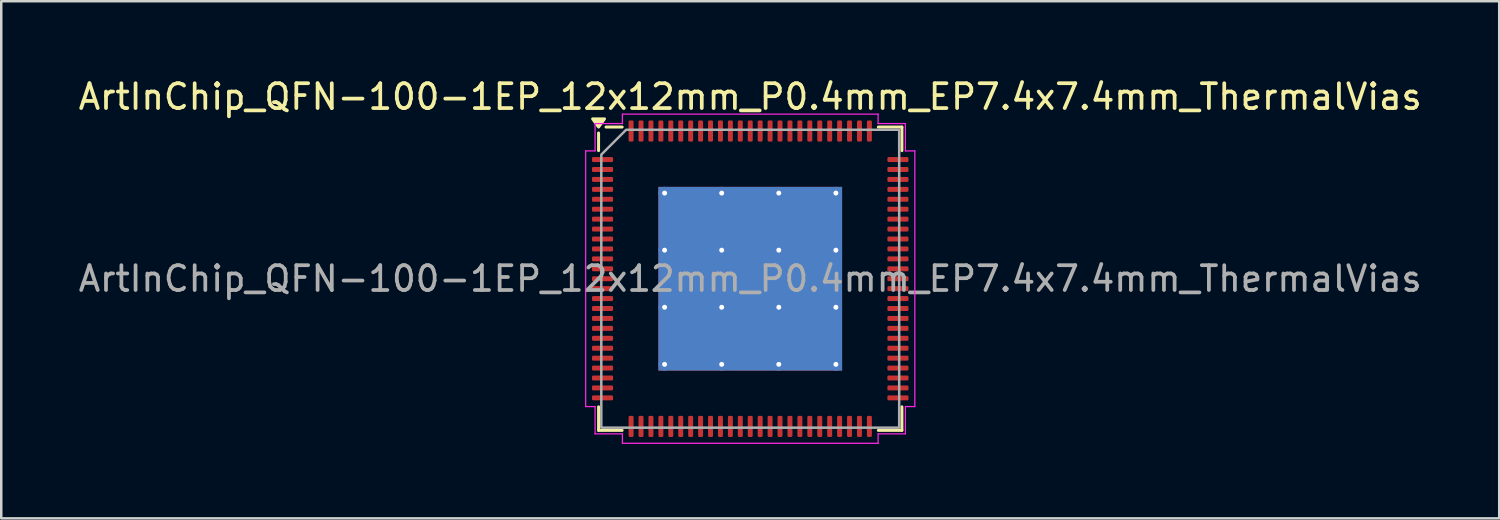
<source format=kicad_pcb>
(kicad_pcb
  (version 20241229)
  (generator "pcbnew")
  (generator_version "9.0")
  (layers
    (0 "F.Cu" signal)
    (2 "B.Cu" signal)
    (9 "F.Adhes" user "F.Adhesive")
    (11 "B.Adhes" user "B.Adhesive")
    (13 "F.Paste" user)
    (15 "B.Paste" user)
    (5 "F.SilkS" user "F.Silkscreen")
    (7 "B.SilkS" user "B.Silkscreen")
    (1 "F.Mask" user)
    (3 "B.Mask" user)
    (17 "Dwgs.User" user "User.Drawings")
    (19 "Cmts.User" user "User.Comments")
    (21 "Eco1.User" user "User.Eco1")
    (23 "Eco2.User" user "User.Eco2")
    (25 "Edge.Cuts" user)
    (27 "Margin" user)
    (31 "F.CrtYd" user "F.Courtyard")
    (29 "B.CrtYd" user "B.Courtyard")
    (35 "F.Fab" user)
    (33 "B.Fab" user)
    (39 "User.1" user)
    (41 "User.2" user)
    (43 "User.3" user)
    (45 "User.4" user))
  (footprint "ArtInChip_QFN-100-1EP_12x12mm_P0.4mm_EP7.4x7.4mm_ThermalVias"
    (layer "F.Cu")
    (at 27.173 8.178)
    (property "Reference" "ArtInChip_QFN-100-1EP_12x12mm_P0.4mm_EP7.4x7.4mm_ThermalVias" (at 0 -7.33 0) (layer "F.SilkS") (effects (font (size 1 1) (thickness 0.15))))
    (attr smd)
    (fp_line (start -6.11 -5.16) (end -6.11 -5.87) (stroke (width 0.12) (type solid)) (layer "F.SilkS"))
    (fp_line (start -6.11 6.11) (end -6.11 5.16) (stroke (width 0.12) (type solid)) (layer "F.SilkS"))
    (fp_line (start -5.16 -6.11) (end -5.81 -6.11) (stroke (width 0.12) (type solid)) (layer "F.SilkS"))
    (fp_line (start -5.16 6.11) (end -6.11 6.11) (stroke (width 0.12) (type solid)) (layer "F.SilkS"))
    (fp_line (start 5.16 -6.11) (end 6.11 -6.11) (stroke (width 0.12) (type solid)) (layer "F.SilkS"))
    (fp_line (start 5.16 6.11) (end 6.11 6.11) (stroke (width 0.12) (type solid)) (layer "F.SilkS"))
    (fp_line (start 6.11 -6.11) (end 6.11 -5.16) (stroke (width 0.12) (type solid)) (layer "F.SilkS"))
    (fp_line (start 6.11 6.11) (end 6.11 5.16) (stroke (width 0.12) (type solid)) (layer "F.SilkS"))
    (fp_poly (pts (xy -6.11 -6.11) (xy -6.35 -6.44) (xy -5.87 -6.44)) (stroke (width 0.12) (type solid)) (fill yes) (layer "F.SilkS"))
    (fp_line (start -6.63 -5.15) (end -6.25 -5.15) (stroke (width 0.05) (type solid)) (layer "F.CrtYd"))
    (fp_line (start -6.63 5.15) (end -6.63 -5.15) (stroke (width 0.05) (type solid)) (layer "F.CrtYd"))
    (fp_line (start -6.25 -6.25) (end -5.15 -6.25) (stroke (width 0.05) (type solid)) (layer "F.CrtYd"))
    (fp_line (start -6.25 -5.15) (end -6.25 -6.25) (stroke (width 0.05) (type solid)) (layer "F.CrtYd"))
    (fp_line (start -6.25 5.15) (end -6.63 5.15) (stroke (width 0.05) (type solid)) (layer "F.CrtYd"))
    (fp_line (start -6.25 6.25) (end -6.25 5.15) (stroke (width 0.05) (type solid)) (layer "F.CrtYd"))
    (fp_line (start -5.15 -6.63) (end 5.15 -6.63) (stroke (width 0.05) (type solid)) (layer "F.CrtYd"))
    (fp_line (start -5.15 -6.25) (end -5.15 -6.63) (stroke (width 0.05) (type solid)) (layer "F.CrtYd"))
    (fp_line (start -5.15 6.25) (end -6.25 6.25) (stroke (width 0.05) (type solid)) (layer "F.CrtYd"))
    (fp_line (start -5.15 6.63) (end -5.15 6.25) (stroke (width 0.05) (type solid)) (layer "F.CrtYd"))
    (fp_line (start 5.15 -6.63) (end 5.15 -6.25) (stroke (width 0.05) (type solid)) (layer "F.CrtYd"))
    (fp_line (start 5.15 -6.25) (end 6.25 -6.25) (stroke (width 0.05) (type solid)) (layer "F.CrtYd"))
    (fp_line (start 5.15 6.25) (end 5.15 6.63) (stroke (width 0.05) (type solid)) (layer "F.CrtYd"))
    (fp_line (start 5.15 6.63) (end -5.15 6.63) (stroke (width 0.05) (type solid)) (layer "F.CrtYd"))
    (fp_line (start 6.25 -6.25) (end 6.25 -5.15) (stroke (width 0.05) (type solid)) (layer "F.CrtYd"))
    (fp_line (start 6.25 -5.15) (end 6.63 -5.15) (stroke (width 0.05) (type solid)) (layer "F.CrtYd"))
    (fp_line (start 6.25 5.15) (end 6.25 6.25) (stroke (width 0.05) (type solid)) (layer "F.CrtYd"))
    (fp_line (start 6.25 6.25) (end 5.15 6.25) (stroke (width 0.05) (type solid)) (layer "F.CrtYd"))
    (fp_line (start 6.63 -5.15) (end 6.63 5.15) (stroke (width 0.05) (type solid)) (layer "F.CrtYd"))
    (fp_line (start 6.63 5.15) (end 6.25 5.15) (stroke (width 0.05) (type solid)) (layer "F.CrtYd"))
    (fp_poly (pts (xy -6 -5) (xy -6 6) (xy 6 6) (xy 6 -6) (xy -5 -6)) (stroke (width 0.1) (type solid)) (fill no) (layer "F.Fab"))
    (fp_text user "${REFERENCE}" (at 0 0 0) (layer "F.Fab") (effects (font (size 1 1) (thickness 0.15))))
    (pad "" smd roundrect (at -2.47 -2.47) (size 1.91 1.91) (layers "F.Paste") (roundrect_rratio 0.131))
    (pad "" smd roundrect (at -2.47 0) (size 1.91 1.91) (layers "F.Paste") (roundrect_rratio 0.131))
    (pad "" smd roundrect (at -2.47 2.47) (size 1.91 1.91) (layers "F.Paste") (roundrect_rratio 0.131))
    (pad "" smd roundrect (at 0 -2.47) (size 1.91 1.91) (layers "F.Paste") (roundrect_rratio 0.131))
    (pad "" smd roundrect (at 0 0) (size 1.91 1.91) (layers "F.Paste") (roundrect_rratio 0.131))
    (pad "" smd roundrect (at 0 2.47) (size 1.91 1.91) (layers "F.Paste") (roundrect_rratio 0.131))
    (pad "" smd roundrect (at 2.47 -2.47) (size 1.91 1.91) (layers "F.Paste") (roundrect_rratio 0.131))
    (pad "" smd roundrect (at 2.47 0) (size 1.91 1.91) (layers "F.Paste") (roundrect_rratio 0.131))
    (pad "" smd roundrect (at 2.47 2.47) (size 1.91 1.91) (layers "F.Paste") (roundrect_rratio 0.131))
    (pad "1" smd roundrect (at -5.95 -4.8) (size 0.85 0.2) (layers "F.Cu" "F.Mask" "F.Paste") (roundrect_rratio 0.25))
    (pad "2" smd roundrect (at -5.95 -4.4) (size 0.85 0.2) (layers "F.Cu" "F.Mask" "F.Paste") (roundrect_rratio 0.25))
    (pad "3" smd roundrect (at -5.95 -4) (size 0.85 0.2) (layers "F.Cu" "F.Mask" "F.Paste") (roundrect_rratio 0.25))
    (pad "4" smd roundrect (at -5.95 -3.6) (size 0.85 0.2) (layers "F.Cu" "F.Mask" "F.Paste") (roundrect_rratio 0.25))
    (pad "5" smd roundrect (at -5.95 -3.2) (size 0.85 0.2) (layers "F.Cu" "F.Mask" "F.Paste") (roundrect_rratio 0.25))
    (pad "6" smd roundrect (at -5.95 -2.8) (size 0.85 0.2) (layers "F.Cu" "F.Mask" "F.Paste") (roundrect_rratio 0.25))
    (pad "7" smd roundrect (at -5.95 -2.4) (size 0.85 0.2) (layers "F.Cu" "F.Mask" "F.Paste") (roundrect_rratio 0.25))
    (pad "8" smd roundrect (at -5.95 -2) (size 0.85 0.2) (layers "F.Cu" "F.Mask" "F.Paste") (roundrect_rratio 0.25))
    (pad "9" smd roundrect (at -5.95 -1.6) (size 0.85 0.2) (layers "F.Cu" "F.Mask" "F.Paste") (roundrect_rratio 0.25))
    (pad "10" smd roundrect (at -5.95 -1.2) (size 0.85 0.2) (layers "F.Cu" "F.Mask" "F.Paste") (roundrect_rratio 0.25))
    (pad "11" smd roundrect (at -5.95 -0.8) (size 0.85 0.2) (layers "F.Cu" "F.Mask" "F.Paste") (roundrect_rratio 0.25))
    (pad "12" smd roundrect (at -5.95 -0.4) (size 0.85 0.2) (layers "F.Cu" "F.Mask" "F.Paste") (roundrect_rratio 0.25))
    (pad "13" smd roundrect (at -5.95 0) (size 0.85 0.2) (layers "F.Cu" "F.Mask" "F.Paste") (roundrect_rratio 0.25))
    (pad "14" smd roundrect (at -5.95 0.4) (size 0.85 0.2) (layers "F.Cu" "F.Mask" "F.Paste") (roundrect_rratio 0.25))
    (pad "15" smd roundrect (at -5.95 0.8) (size 0.85 0.2) (layers "F.Cu" "F.Mask" "F.Paste") (roundrect_rratio 0.25))
    (pad "16" smd roundrect (at -5.95 1.2) (size 0.85 0.2) (layers "F.Cu" "F.Mask" "F.Paste") (roundrect_rratio 0.25))
    (pad "17" smd roundrect (at -5.95 1.6) (size 0.85 0.2) (layers "F.Cu" "F.Mask" "F.Paste") (roundrect_rratio 0.25))
    (pad "18" smd roundrect (at -5.95 2) (size 0.85 0.2) (layers "F.Cu" "F.Mask" "F.Paste") (roundrect_rratio 0.25))
    (pad "19" smd roundrect (at -5.95 2.4) (size 0.85 0.2) (layers "F.Cu" "F.Mask" "F.Paste") (roundrect_rratio 0.25))
    (pad "20" smd roundrect (at -5.95 2.8) (size 0.85 0.2) (layers "F.Cu" "F.Mask" "F.Paste") (roundrect_rratio 0.25))
    (pad "21" smd roundrect (at -5.95 3.2) (size 0.85 0.2) (layers "F.Cu" "F.Mask" "F.Paste") (roundrect_rratio 0.25))
    (pad "22" smd roundrect (at -5.95 3.6) (size 0.85 0.2) (layers "F.Cu" "F.Mask" "F.Paste") (roundrect_rratio 0.25))
    (pad "23" smd roundrect (at -5.95 4) (size 0.85 0.2) (layers "F.Cu" "F.Mask" "F.Paste") (roundrect_rratio 0.25))
    (pad "24" smd roundrect (at -5.95 4.4) (size 0.85 0.2) (layers "F.Cu" "F.Mask" "F.Paste") (roundrect_rratio 0.25))
    (pad "25" smd roundrect (at -5.95 4.8) (size 0.85 0.2) (layers "F.Cu" "F.Mask" "F.Paste") (roundrect_rratio 0.25))
    (pad "26" smd roundrect (at -4.8 5.95) (size 0.2 0.85) (layers "F.Cu" "F.Mask" "F.Paste") (roundrect_rratio 0.25))
    (pad "27" smd roundrect (at -4.4 5.95) (size 0.2 0.85) (layers "F.Cu" "F.Mask" "F.Paste") (roundrect_rratio 0.25))
    (pad "28" smd roundrect (at -4 5.95) (size 0.2 0.85) (layers "F.Cu" "F.Mask" "F.Paste") (roundrect_rratio 0.25))
    (pad "29" smd roundrect (at -3.6 5.95) (size 0.2 0.85) (layers "F.Cu" "F.Mask" "F.Paste") (roundrect_rratio 0.25))
    (pad "30" smd roundrect (at -3.2 5.95) (size 0.2 0.85) (layers "F.Cu" "F.Mask" "F.Paste") (roundrect_rratio 0.25))
    (pad "31" smd roundrect (at -2.8 5.95) (size 0.2 0.85) (layers "F.Cu" "F.Mask" "F.Paste") (roundrect_rratio 0.25))
    (pad "32" smd roundrect (at -2.4 5.95) (size 0.2 0.85) (layers "F.Cu" "F.Mask" "F.Paste") (roundrect_rratio 0.25))
    (pad "33" smd roundrect (at -2 5.95) (size 0.2 0.85) (layers "F.Cu" "F.Mask" "F.Paste") (roundrect_rratio 0.25))
    (pad "34" smd roundrect (at -1.6 5.95) (size 0.2 0.85) (layers "F.Cu" "F.Mask" "F.Paste") (roundrect_rratio 0.25))
    (pad "35" smd roundrect (at -1.2 5.95) (size 0.2 0.85) (layers "F.Cu" "F.Mask" "F.Paste") (roundrect_rratio 0.25))
    (pad "36" smd roundrect (at -0.8 5.95) (size 0.2 0.85) (layers "F.Cu" "F.Mask" "F.Paste") (roundrect_rratio 0.25))
    (pad "37" smd roundrect (at -0.4 5.95) (size 0.2 0.85) (layers "F.Cu" "F.Mask" "F.Paste") (roundrect_rratio 0.25))
    (pad "38" smd roundrect (at 0 5.95) (size 0.2 0.85) (layers "F.Cu" "F.Mask" "F.Paste") (roundrect_rratio 0.25))
    (pad "39" smd roundrect (at 0.4 5.95) (size 0.2 0.85) (layers "F.Cu" "F.Mask" "F.Paste") (roundrect_rratio 0.25))
    (pad "40" smd roundrect (at 0.8 5.95) (size 0.2 0.85) (layers "F.Cu" "F.Mask" "F.Paste") (roundrect_rratio 0.25))
    (pad "41" smd roundrect (at 1.2 5.95) (size 0.2 0.85) (layers "F.Cu" "F.Mask" "F.Paste") (roundrect_rratio 0.25))
    (pad "42" smd roundrect (at 1.6 5.95) (size 0.2 0.85) (layers "F.Cu" "F.Mask" "F.Paste") (roundrect_rratio 0.25))
    (pad "43" smd roundrect (at 2 5.95) (size 0.2 0.85) (layers "F.Cu" "F.Mask" "F.Paste") (roundrect_rratio 0.25))
    (pad "44" smd roundrect (at 2.4 5.95) (size 0.2 0.85) (layers "F.Cu" "F.Mask" "F.Paste") (roundrect_rratio 0.25))
    (pad "45" smd roundrect (at 2.8 5.95) (size 0.2 0.85) (layers "F.Cu" "F.Mask" "F.Paste") (roundrect_rratio 0.25))
    (pad "46" smd roundrect (at 3.2 5.95) (size 0.2 0.85) (layers "F.Cu" "F.Mask" "F.Paste") (roundrect_rratio 0.25))
    (pad "47" smd roundrect (at 3.6 5.95) (size 0.2 0.85) (layers "F.Cu" "F.Mask" "F.Paste") (roundrect_rratio 0.25))
    (pad "48" smd roundrect (at 4 5.95) (size 0.2 0.85) (layers "F.Cu" "F.Mask" "F.Paste") (roundrect_rratio 0.25))
    (pad "49" smd roundrect (at 4.4 5.95) (size 0.2 0.85) (layers "F.Cu" "F.Mask" "F.Paste") (roundrect_rratio 0.25))
    (pad "50" smd roundrect (at 4.8 5.95) (size 0.2 0.85) (layers "F.Cu" "F.Mask" "F.Paste") (roundrect_rratio 0.25))
    (pad "51" smd roundrect (at 5.95 4.8) (size 0.85 0.2) (layers "F.Cu" "F.Mask" "F.Paste") (roundrect_rratio 0.25))
    (pad "52" smd roundrect (at 5.95 4.4) (size 0.85 0.2) (layers "F.Cu" "F.Mask" "F.Paste") (roundrect_rratio 0.25))
    (pad "53" smd roundrect (at 5.95 4) (size 0.85 0.2) (layers "F.Cu" "F.Mask" "F.Paste") (roundrect_rratio 0.25))
    (pad "54" smd roundrect (at 5.95 3.6) (size 0.85 0.2) (layers "F.Cu" "F.Mask" "F.Paste") (roundrect_rratio 0.25))
    (pad "55" smd roundrect (at 5.95 3.2) (size 0.85 0.2) (layers "F.Cu" "F.Mask" "F.Paste") (roundrect_rratio 0.25))
    (pad "56" smd roundrect (at 5.95 2.8) (size 0.85 0.2) (layers "F.Cu" "F.Mask" "F.Paste") (roundrect_rratio 0.25))
    (pad "57" smd roundrect (at 5.95 2.4) (size 0.85 0.2) (layers "F.Cu" "F.Mask" "F.Paste") (roundrect_rratio 0.25))
    (pad "58" smd roundrect (at 5.95 2) (size 0.85 0.2) (layers "F.Cu" "F.Mask" "F.Paste") (roundrect_rratio 0.25))
    (pad "59" smd roundrect (at 5.95 1.6) (size 0.85 0.2) (layers "F.Cu" "F.Mask" "F.Paste") (roundrect_rratio 0.25))
    (pad "60" smd roundrect (at 5.95 1.2) (size 0.85 0.2) (layers "F.Cu" "F.Mask" "F.Paste") (roundrect_rratio 0.25))
    (pad "61" smd roundrect (at 5.95 0.8) (size 0.85 0.2) (layers "F.Cu" "F.Mask" "F.Paste") (roundrect_rratio 0.25))
    (pad "62" smd roundrect (at 5.95 0.4) (size 0.85 0.2) (layers "F.Cu" "F.Mask" "F.Paste") (roundrect_rratio 0.25))
    (pad "63" smd roundrect (at 5.95 0) (size 0.85 0.2) (layers "F.Cu" "F.Mask" "F.Paste") (roundrect_rratio 0.25))
    (pad "64" smd roundrect (at 5.95 -0.4) (size 0.85 0.2) (layers "F.Cu" "F.Mask" "F.Paste") (roundrect_rratio 0.25))
    (pad "65" smd roundrect (at 5.95 -0.8) (size 0.85 0.2) (layers "F.Cu" "F.Mask" "F.Paste") (roundrect_rratio 0.25))
    (pad "66" smd roundrect (at 5.95 -1.2) (size 0.85 0.2) (layers "F.Cu" "F.Mask" "F.Paste") (roundrect_rratio 0.25))
    (pad "67" smd roundrect (at 5.95 -1.6) (size 0.85 0.2) (layers "F.Cu" "F.Mask" "F.Paste") (roundrect_rratio 0.25))
    (pad "68" smd roundrect (at 5.95 -2) (size 0.85 0.2) (layers "F.Cu" "F.Mask" "F.Paste") (roundrect_rratio 0.25))
    (pad "69" smd roundrect (at 5.95 -2.4) (size 0.85 0.2) (layers "F.Cu" "F.Mask" "F.Paste") (roundrect_rratio 0.25))
    (pad "70" smd roundrect (at 5.95 -2.8) (size 0.85 0.2) (layers "F.Cu" "F.Mask" "F.Paste") (roundrect_rratio 0.25))
    (pad "71" smd roundrect (at 5.95 -3.2) (size 0.85 0.2) (layers "F.Cu" "F.Mask" "F.Paste") (roundrect_rratio 0.25))
    (pad "72" smd roundrect (at 5.95 -3.6) (size 0.85 0.2) (layers "F.Cu" "F.Mask" "F.Paste") (roundrect_rratio 0.25))
    (pad "73" smd roundrect (at 5.95 -4) (size 0.85 0.2) (layers "F.Cu" "F.Mask" "F.Paste") (roundrect_rratio 0.25))
    (pad "74" smd roundrect (at 5.95 -4.4) (size 0.85 0.2) (layers "F.Cu" "F.Mask" "F.Paste") (roundrect_rratio 0.25))
    (pad "75" smd roundrect (at 5.95 -4.8) (size 0.85 0.2) (layers "F.Cu" "F.Mask" "F.Paste") (roundrect_rratio 0.25))
    (pad "76" smd roundrect (at 4.8 -5.95) (size 0.2 0.85) (layers "F.Cu" "F.Mask" "F.Paste") (roundrect_rratio 0.25))
    (pad "77" smd roundrect (at 4.4 -5.95) (size 0.2 0.85) (layers "F.Cu" "F.Mask" "F.Paste") (roundrect_rratio 0.25))
    (pad "78" smd roundrect (at 4 -5.95) (size 0.2 0.85) (layers "F.Cu" "F.Mask" "F.Paste") (roundrect_rratio 0.25))
    (pad "79" smd roundrect (at 3.6 -5.95) (size 0.2 0.85) (layers "F.Cu" "F.Mask" "F.Paste") (roundrect_rratio 0.25))
    (pad "80" smd roundrect (at 3.2 -5.95) (size 0.2 0.85) (layers "F.Cu" "F.Mask" "F.Paste") (roundrect_rratio 0.25))
    (pad "81" smd roundrect (at 2.8 -5.95) (size 0.2 0.85) (layers "F.Cu" "F.Mask" "F.Paste") (roundrect_rratio 0.25))
    (pad "82" smd roundrect (at 2.4 -5.95) (size 0.2 0.85) (layers "F.Cu" "F.Mask" "F.Paste") (roundrect_rratio 0.25))
    (pad "83" smd roundrect (at 2 -5.95) (size 0.2 0.85) (layers "F.Cu" "F.Mask" "F.Paste") (roundrect_rratio 0.25))
    (pad "84" smd roundrect (at 1.6 -5.95) (size 0.2 0.85) (layers "F.Cu" "F.Mask" "F.Paste") (roundrect_rratio 0.25))
    (pad "85" smd roundrect (at 1.2 -5.95) (size 0.2 0.85) (layers "F.Cu" "F.Mask" "F.Paste") (roundrect_rratio 0.25))
    (pad "86" smd roundrect (at 0.8 -5.95) (size 0.2 0.85) (layers "F.Cu" "F.Mask" "F.Paste") (roundrect_rratio 0.25))
    (pad "87" smd roundrect (at 0.4 -5.95) (size 0.2 0.85) (layers "F.Cu" "F.Mask" "F.Paste") (roundrect_rratio 0.25))
    (pad "88" smd roundrect (at 0 -5.95) (size 0.2 0.85) (layers "F.Cu" "F.Mask" "F.Paste") (roundrect_rratio 0.25))
    (pad "89" smd roundrect (at -0.4 -5.95) (size 0.2 0.85) (layers "F.Cu" "F.Mask" "F.Paste") (roundrect_rratio 0.25))
    (pad "90" smd roundrect (at -0.8 -5.95) (size 0.2 0.85) (layers "F.Cu" "F.Mask" "F.Paste") (roundrect_rratio 0.25))
    (pad "91" smd roundrect (at -1.2 -5.95) (size 0.2 0.85) (layers "F.Cu" "F.Mask" "F.Paste") (roundrect_rratio 0.25))
    (pad "92" smd roundrect (at -1.6 -5.95) (size 0.2 0.85) (layers "F.Cu" "F.Mask" "F.Paste") (roundrect_rratio 0.25))
    (pad "93" smd roundrect (at -2 -5.95) (size 0.2 0.85) (layers "F.Cu" "F.Mask" "F.Paste") (roundrect_rratio 0.25))
    (pad "94" smd roundrect (at -2.4 -5.95) (size 0.2 0.85) (layers "F.Cu" "F.Mask" "F.Paste") (roundrect_rratio 0.25))
    (pad "95" smd roundrect (at -2.8 -5.95) (size 0.2 0.85) (layers "F.Cu" "F.Mask" "F.Paste") (roundrect_rratio 0.25))
    (pad "96" smd roundrect (at -3.2 -5.95) (size 0.2 0.85) (layers "F.Cu" "F.Mask" "F.Paste") (roundrect_rratio 0.25))
    (pad "97" smd roundrect (at -3.6 -5.95) (size 0.2 0.85) (layers "F.Cu" "F.Mask" "F.Paste") (roundrect_rratio 0.25))
    (pad "98" smd roundrect (at -4 -5.95) (size 0.2 0.85) (layers "F.Cu" "F.Mask" "F.Paste") (roundrect_rratio 0.25))
    (pad "99" smd roundrect (at -4.4 -5.95) (size 0.2 0.85) (layers "F.Cu" "F.Mask" "F.Paste") (roundrect_rratio 0.25))
    (pad "100" smd roundrect (at -4.8 -5.95) (size 0.2 0.85) (layers "F.Cu" "F.Mask" "F.Paste") (roundrect_rratio 0.25))
    (pad "101" thru_hole circle (at -3.45 -3.45) (size 0.5 0.5) (drill 0.2) (property pad_prop_heatsink) (layers "*.Cu"))
    (pad "101" thru_hole circle (at -3.45 -1.15) (size 0.5 0.5) (drill 0.2) (property pad_prop_heatsink) (layers "*.Cu"))
    (pad "101" thru_hole circle (at -3.45 1.15) (size 0.5 0.5) (drill 0.2) (property pad_prop_heatsink) (layers "*.Cu"))
    (pad "101" thru_hole circle (at -3.45 3.45) (size 0.5 0.5) (drill 0.2) (property pad_prop_heatsink) (layers "*.Cu"))
    (pad "101" thru_hole circle (at -1.15 -3.45) (size 0.5 0.5) (drill 0.2) (property pad_prop_heatsink) (layers "*.Cu"))
    (pad "101" thru_hole circle (at -1.15 -1.15) (size 0.5 0.5) (drill 0.2) (property pad_prop_heatsink) (layers "*.Cu"))
    (pad "101" thru_hole circle (at -1.15 1.15) (size 0.5 0.5) (drill 0.2) (property pad_prop_heatsink) (layers "*.Cu"))
    (pad "101" thru_hole circle (at -1.15 3.45) (size 0.5 0.5) (drill 0.2) (property pad_prop_heatsink) (layers "*.Cu"))
    (pad "101" smd rect (at 0 0) (size 7.4 7.4) (property pad_prop_heatsink) (layers "F.Cu" "F.Mask"))
    (pad "101" smd rect (at 0 0) (size 7.4 7.4) (property pad_prop_heatsink) (layers "B.Cu"))
    (pad "101" thru_hole circle (at 1.15 -3.45) (size 0.5 0.5) (drill 0.2) (property pad_prop_heatsink) (layers "*.Cu"))
    (pad "101" thru_hole circle (at 1.15 -1.15) (size 0.5 0.5) (drill 0.2) (property pad_prop_heatsink) (layers "*.Cu"))
    (pad "101" thru_hole circle (at 1.15 1.15) (size 0.5 0.5) (drill 0.2) (property pad_prop_heatsink) (layers "*.Cu"))
    (pad "101" thru_hole circle (at 1.15 3.45) (size 0.5 0.5) (drill 0.2) (property pad_prop_heatsink) (layers "*.Cu"))
    (pad "101" thru_hole circle (at 3.45 -3.45) (size 0.5 0.5) (drill 0.2) (property pad_prop_heatsink) (layers "*.Cu"))
    (pad "101" thru_hole circle (at 3.45 -1.15) (size 0.5 0.5) (drill 0.2) (property pad_prop_heatsink) (layers "*.Cu"))
    (pad "101" thru_hole circle (at 3.45 1.15) (size 0.5 0.5) (drill 0.2) (property pad_prop_heatsink) (layers "*.Cu"))
    (pad "101" thru_hole circle (at 3.45 3.45) (size 0.5 0.5) (drill 0.2) (property pad_prop_heatsink) (layers "*.Cu")))
  (gr_rect
    (start -3 -3)
    (end 57.345 17.833)
    (stroke (width 0.1) (type default))
    (fill no)
    (layer "Edge.Cuts")))
</source>
